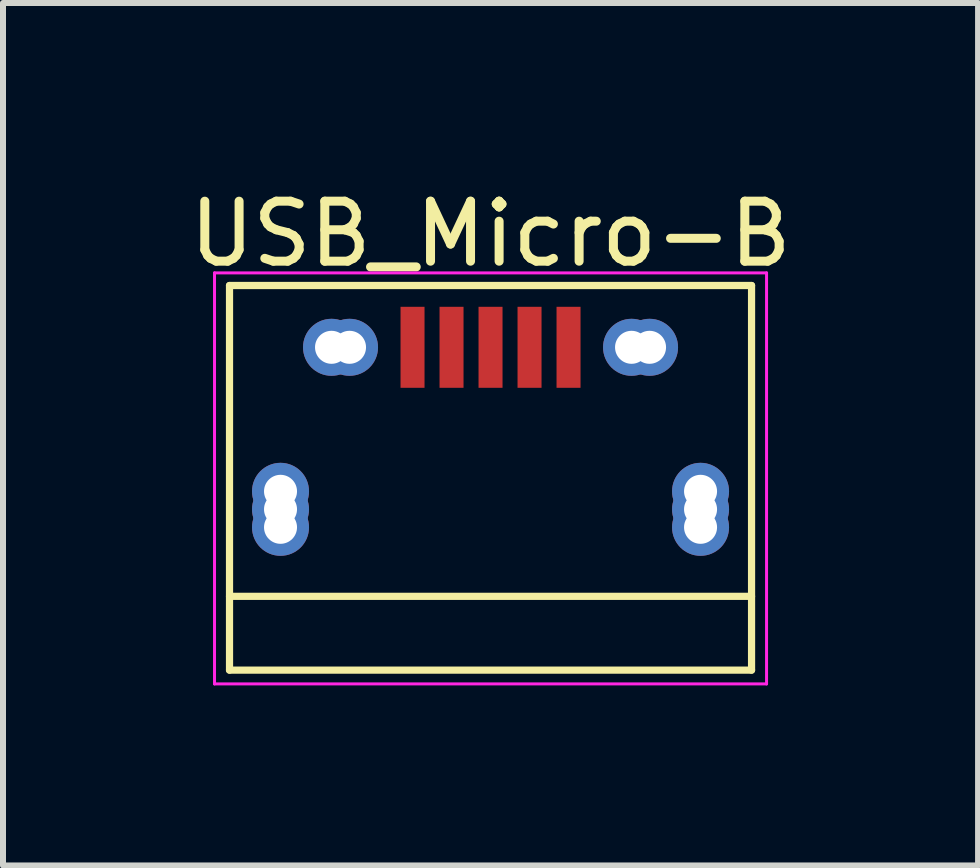
<source format=kicad_pcb>
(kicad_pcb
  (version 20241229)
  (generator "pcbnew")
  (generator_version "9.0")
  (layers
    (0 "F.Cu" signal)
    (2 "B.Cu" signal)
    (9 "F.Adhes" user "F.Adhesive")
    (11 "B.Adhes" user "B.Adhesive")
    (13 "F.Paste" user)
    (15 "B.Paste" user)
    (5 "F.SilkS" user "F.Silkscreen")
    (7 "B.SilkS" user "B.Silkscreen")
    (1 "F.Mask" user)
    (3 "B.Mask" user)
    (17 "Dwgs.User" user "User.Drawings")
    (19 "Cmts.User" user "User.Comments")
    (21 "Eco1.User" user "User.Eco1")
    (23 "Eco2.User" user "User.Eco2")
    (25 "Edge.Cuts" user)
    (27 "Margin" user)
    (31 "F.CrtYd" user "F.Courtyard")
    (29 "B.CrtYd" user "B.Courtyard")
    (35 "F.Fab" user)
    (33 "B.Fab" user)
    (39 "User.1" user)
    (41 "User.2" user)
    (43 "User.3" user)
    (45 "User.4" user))
  (footprint "USB_Micro-B"
    (layer "F.Cu")
    (at 5.125 4.088)
    (property "Reference" "USB_Micro-B" (at 0 -3.24 0) (layer "F.SilkS") (effects (font (size 1 1) (thickness 0.15))))
    (attr smd)
    (fp_line (start -4.35 -2.38) (end 4.35 -2.38) (stroke (width 0.12) (type solid)) (layer "F.SilkS"))
    (fp_line (start -4.35 4.03) (end -4.35 -2.38) (stroke (width 0.12) (type solid)) (layer "F.SilkS"))
    (fp_line (start -4.35 4.03) (end 4.35 4.03) (stroke (width 0.12) (type solid)) (layer "F.SilkS"))
    (fp_line (start 4.35 -2.38) (end 4.35 4.03) (stroke (width 0.12) (type solid)) (layer "F.SilkS"))
    (fp_line (start 4.35 2.8) (end -4.35 2.8) (stroke (width 0.12) (type solid)) (layer "F.SilkS"))
    (fp_line (start -4.6 -2.59) (end 4.6 -2.59) (stroke (width 0.05) (type solid)) (layer "F.CrtYd"))
    (fp_line (start -4.6 4.26) (end -4.6 -2.59) (stroke (width 0.05) (type solid)) (layer "F.CrtYd"))
    (fp_line (start 4.6 -2.59) (end 4.6 4.26) (stroke (width 0.05) (type solid)) (layer "F.CrtYd"))
    (fp_line (start 4.6 4.26) (end -4.6 4.26) (stroke (width 0.05) (type solid)) (layer "F.CrtYd"))
    (pad "1" smd rect (at -1.3 -1.35 90) (size 1.35 0.4) (layers "F.Cu" "F.Mask" "F.Paste"))
    (pad "2" smd rect (at -0.65 -1.35 90) (size 1.35 0.4) (layers "F.Cu" "F.Mask" "F.Paste"))
    (pad "3" smd rect (at 0 -1.35 90) (size 1.35 0.4) (layers "F.Cu" "F.Mask" "F.Paste"))
    (pad "4" smd rect (at 0.65 -1.35 90) (size 1.35 0.4) (layers "F.Cu" "F.Mask" "F.Paste"))
    (pad "5" smd rect (at 1.3 -1.35 90) (size 1.35 0.4) (layers "F.Cu" "F.Mask" "F.Paste"))
    (pad "6" thru_hole circle (at -3.5 1.05 90) (size 0.95 0.95) (drill 0.55) (layers "*.Cu" "*.Mask"))
    (pad "6" thru_hole circle (at -3.5 1.35 90) (size 0.95 0.95) (drill 0.55) (layers "*.Cu" "*.Mask"))
    (pad "6" thru_hole circle (at -3.5 1.65 90) (size 0.95 0.95) (drill 0.55) (layers "*.Cu" "*.Mask"))
    (pad "6" thru_hole circle (at -2.65 -1.35 90) (size 0.95 0.95) (drill 0.55) (layers "*.Cu" "*.Mask"))
    (pad "6" thru_hole circle (at -2.35 -1.35 90) (size 0.95 0.95) (drill 0.55) (layers "*.Cu" "*.Mask"))
    (pad "6" thru_hole circle (at 2.35 -1.35 90) (size 0.95 0.95) (drill 0.55) (layers "*.Cu" "*.Mask"))
    (pad "6" thru_hole circle (at 2.65 -1.35 90) (size 0.95 0.95) (drill 0.55) (layers "*.Cu" "*.Mask"))
    (pad "6" thru_hole circle (at 3.5 1.05 90) (size 0.95 0.95) (drill 0.55) (layers "*.Cu" "*.Mask"))
    (pad "6" thru_hole circle (at 3.5 1.35 90) (size 0.95 0.95) (drill 0.55) (layers "*.Cu" "*.Mask"))
    (pad "6" thru_hole circle (at 3.5 1.65 90) (size 0.95 0.95) (drill 0.55) (layers "*.Cu" "*.Mask")))
  (gr_rect
    (start -3 -3)
    (end 13.25 11.373)
    (stroke (width 0.1) (type default))
    (fill no)
    (layer "Edge.Cuts")))
</source>
